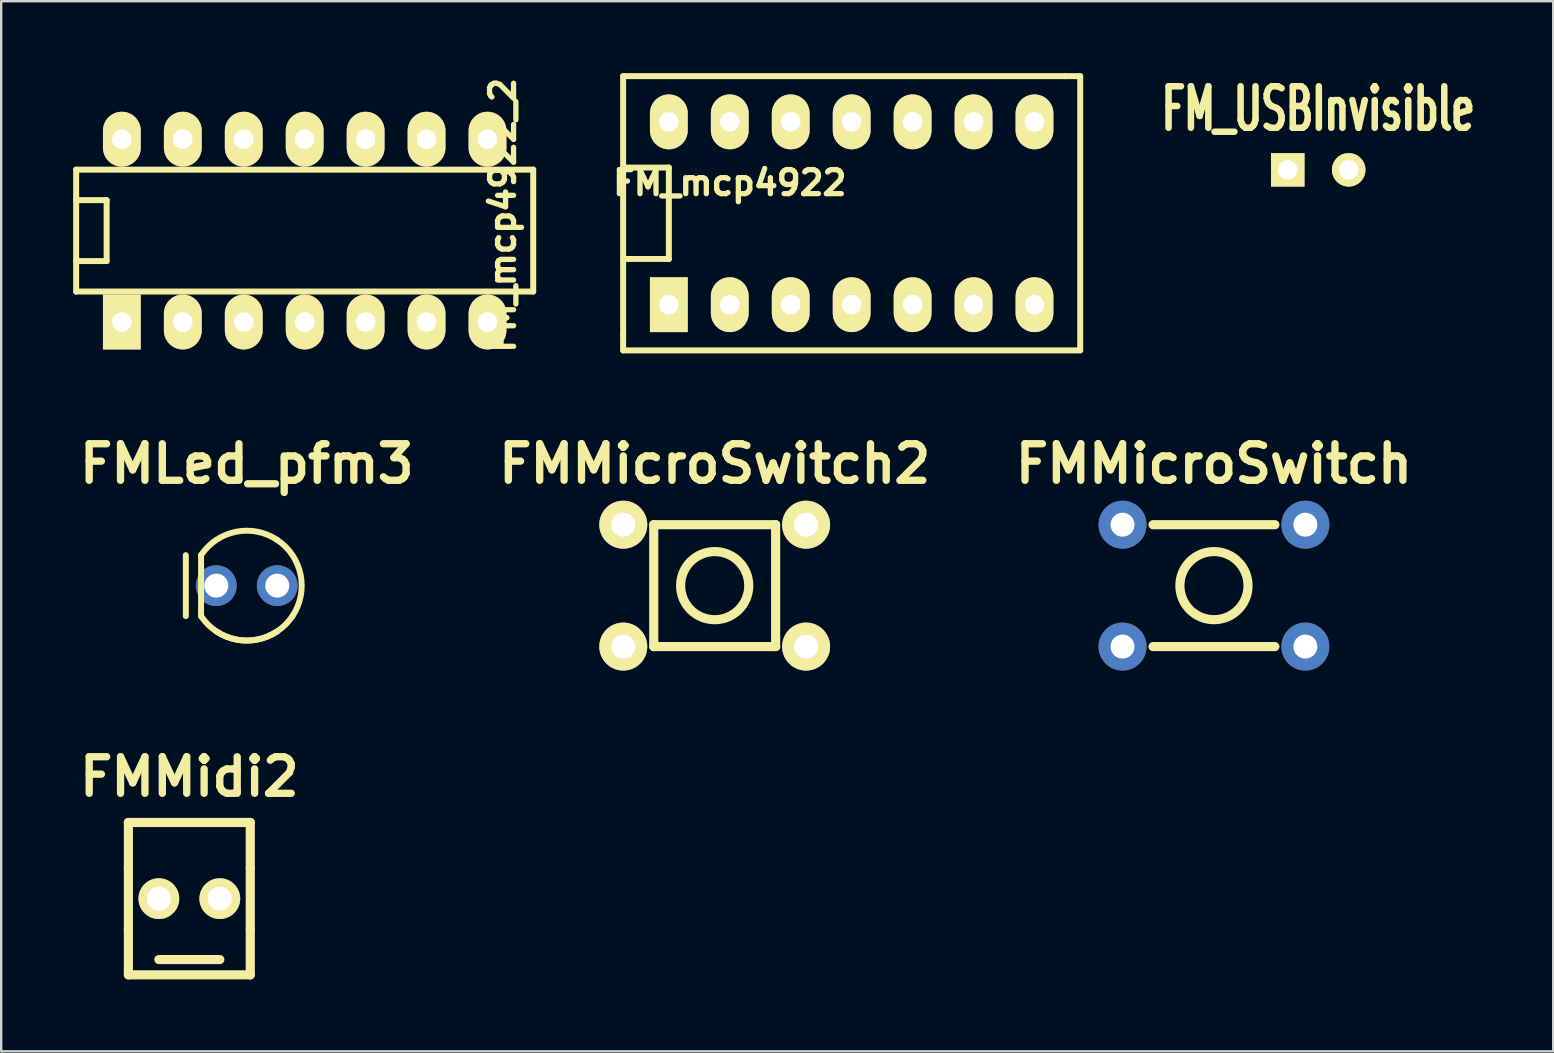
<source format=kicad_pcb>
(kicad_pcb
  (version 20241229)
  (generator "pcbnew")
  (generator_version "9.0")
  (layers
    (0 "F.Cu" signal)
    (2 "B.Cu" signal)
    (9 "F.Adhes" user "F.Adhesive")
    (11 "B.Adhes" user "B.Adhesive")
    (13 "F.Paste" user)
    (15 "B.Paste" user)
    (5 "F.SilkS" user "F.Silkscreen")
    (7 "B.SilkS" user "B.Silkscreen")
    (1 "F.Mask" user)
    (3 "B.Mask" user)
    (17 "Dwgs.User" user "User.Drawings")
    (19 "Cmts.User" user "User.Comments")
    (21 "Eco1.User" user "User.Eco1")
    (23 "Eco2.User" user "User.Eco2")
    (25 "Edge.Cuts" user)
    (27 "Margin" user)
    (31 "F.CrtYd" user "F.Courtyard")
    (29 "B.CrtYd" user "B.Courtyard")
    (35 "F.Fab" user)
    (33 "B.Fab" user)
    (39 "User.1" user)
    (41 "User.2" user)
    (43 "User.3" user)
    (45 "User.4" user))
  (footprint "FM_USBInvisible"
    (layer "F.Cu")
    (at 51.893 4.029)
    (property "Reference" "FM_USBInvisible" (at 0 -2.54 0) (layer "F.SilkS") (effects (font (size 1.73 1.087) (thickness 0.272))))
    (attr through_hole)
    (pad "1" thru_hole rect (at -1.27 0) (size 1.397 1.397) (drill 0.813) (layers "*.Cu" "*.Mask" "F.SilkS"))
    (pad "2" thru_hole circle (at 1.27 0) (size 1.397 1.397) (drill 0.813) (layers "*.Cu" "*.Mask" "F.SilkS")))
  (footprint "FMMicroSwitch"
    (layer "F.Cu")
    (at 47.547 21.359)
    (property "Reference" "FMMicroSwitch" (at 0 -5.08 0) (layer "F.SilkS") (effects (font (size 1.524 1.524) (thickness 0.305))))
    (attr through_hole)
    (fp_line (start -2.54 -2.54) (end 2.54 -2.54) (stroke (width 0.381) (type solid)) (layer "F.SilkS"))
    (fp_line (start 2.54 2.54) (end -2.54 2.54) (stroke (width 0.381) (type solid)) (layer "F.SilkS"))
    (fp_circle (center 0 0) (end 1.27 0.635) (stroke (width 0.381) (type solid)) (fill no) (layer "F.SilkS"))
    (pad "1" thru_hole circle (at -3.81 -2.54) (size 1.999 1.999) (drill 1.001) (layers "*.Cu" "*.Mask"))
    (pad "1" thru_hole circle (at 3.81 -2.54) (size 1.999 1.999) (drill 1.001) (layers "*.Cu" "*.Mask"))
    (pad "2" thru_hole circle (at -3.81 2.54) (size 1.999 1.999) (drill 1.001) (layers "*.Cu" "*.Mask"))
    (pad "2" thru_hole circle (at 3.81 2.54) (size 1.999 1.999) (drill 1.001) (layers "*.Cu" "B.Mask")))
  (footprint "FMMidi2"
    (layer "F.Cu")
    (at 4.841 31.865)
    (property "Reference" "FMMidi2" (at 0 -2.54 0) (layer "F.SilkS") (effects (font (size 1.524 1.524) (thickness 0.305))))
    (attr through_hole)
    (fp_line (start -2.54 -0.635) (end 2.54 -0.635) (stroke (width 0.381) (type solid)) (layer "F.SilkS"))
    (fp_line (start -2.54 1.27) (end -2.54 -0.635) (stroke (width 0.381) (type solid)) (layer "F.SilkS"))
    (fp_line (start -2.54 3.81) (end -2.54 1.27) (stroke (width 0.381) (type solid)) (layer "F.SilkS"))
    (fp_line (start -2.54 3.81) (end -2.54 5.715) (stroke (width 0.381) (type solid)) (layer "F.SilkS"))
    (fp_line (start -2.54 5.715) (end 2.54 5.715) (stroke (width 0.381) (type solid)) (layer "F.SilkS"))
    (fp_line (start -1.27 5.08) (end 1.27 5.08) (stroke (width 0.381) (type solid)) (layer "F.SilkS"))
    (fp_line (start 2.54 -0.635) (end 2.54 1.27) (stroke (width 0.381) (type solid)) (layer "F.SilkS"))
    (fp_line (start 2.54 3.81) (end 2.54 1.27) (stroke (width 0.381) (type solid)) (layer "F.SilkS"))
    (fp_line (start 2.54 5.715) (end 2.54 3.81) (stroke (width 0.381) (type solid)) (layer "F.SilkS"))
    (pad "1" thru_hole circle (at -1.27 2.54) (size 1.699 1.699) (drill 1.001) (layers "*.Cu" "*.Mask" "F.SilkS"))
    (pad "2" thru_hole circle (at 1.27 2.54) (size 1.699 1.699) (drill 1.001) (layers "*.Cu" "*.Mask" "F.SilkS")))
  (footprint "FMLed_pfm3"
    (layer "F.Cu")
    (at 7.235 21.359)
    (property "Reference" "FMLed_pfm3" (at 0 -5.08 0) (layer "F.SilkS") (effects (font (size 1.524 1.524) (thickness 0.305))))
    (attr through_hole)
    (fp_line (start -2.54 1.27) (end -2.54 -1.27) (stroke (width 0.249) (type solid)) (layer "F.SilkS"))
    (fp_line (start -1.905 1.27) (end -1.905 -1.27) (stroke (width 0.249) (type solid)) (layer "F.SilkS"))
    (fp_arc (start -1.905 -1.27) (mid -0.449013 -2.245064) (end 1.27 -1.905) (stroke (width 0.24892) (type solid)) (layer "F.SilkS"))
    (fp_arc (start 1.27 -1.905) (mid 2.245064 -0.449013) (end 1.905 1.27) (stroke (width 0.24892) (type solid)) (layer "F.SilkS"))
    (fp_arc (start 1.27 1.905) (mid -0.449013 2.245064) (end -1.905 1.27) (stroke (width 0.24892) (type solid)) (layer "F.SilkS"))
    (fp_arc (start 1.905 1.27) (mid 0.449013 2.245064) (end -1.27 1.905) (stroke (width 0.24892) (type solid)) (layer "F.SilkS"))
    (pad "1" thru_hole circle (at -1.27 0) (size 1.699 1.699) (drill 1.001) (layers "*.Cu" "*.Mask"))
    (pad "2" thru_hole circle (at 1.27 0) (size 1.699 1.699) (drill 1.001) (layers "*.Cu" "*.Mask")))
  (footprint "FMMicroSwitch2"
    (layer "F.Cu")
    (at 26.738 21.359)
    (property "Reference" "FMMicroSwitch2" (at 0 -5.08 0) (layer "F.SilkS") (effects (font (size 1.524 1.524) (thickness 0.305))))
    (attr through_hole)
    (fp_line (start -2.54 -2.54) (end 2.54 -2.54) (stroke (width 0.381) (type solid)) (layer "F.SilkS"))
    (fp_line (start -2.54 2.54) (end -2.54 -2.54) (stroke (width 0.381) (type solid)) (layer "F.SilkS"))
    (fp_line (start 2.54 -2.54) (end 2.54 2.54) (stroke (width 0.381) (type solid)) (layer "F.SilkS"))
    (fp_line (start 2.54 2.54) (end -2.54 2.54) (stroke (width 0.381) (type solid)) (layer "F.SilkS"))
    (fp_circle (center 0 0) (end 1.27 0.635) (stroke (width 0.381) (type solid)) (fill no) (layer "F.SilkS"))
    (pad "" thru_hole circle (at 3.81 -2.54) (size 1.999 1.999) (drill 1.001) (layers "*.Cu" "*.Mask" "F.SilkS"))
    (pad "" thru_hole circle (at 3.81 2.54) (size 1.999 1.999) (drill 1.001) (layers "*.Cu" "*.Mask" "F.SilkS"))
    (pad "1" thru_hole circle (at -3.81 -2.54) (size 1.999 1.999) (drill 1.001) (layers "*.Cu" "*.Mask" "F.SilkS"))
    (pad "2" thru_hole circle (at -3.81 2.54) (size 1.999 1.999) (drill 1.001) (layers "*.Cu" "*.Mask" "F.SilkS")))
  (footprint "FM_mcp4922_2"
    (layer "F.Cu")
    (at 9.649 6.561)
    (property "Reference" "FM_mcp4922_2" (at 8.255 -0.635 90) (layer "F.SilkS") (effects (font (size 1.001 1.001) (thickness 0.221))))
    (attr through_hole)
    (fp_line (start -9.525 -2.54) (end -9.525 2.54) (stroke (width 0.249) (type solid)) (layer "F.SilkS"))
    (fp_line (start -9.525 -2.54) (end 9.525 -2.54) (stroke (width 0.249) (type solid)) (layer "F.SilkS"))
    (fp_line (start -9.525 -1.27) (end -8.255 -1.27) (stroke (width 0.249) (type solid)) (layer "F.SilkS"))
    (fp_line (start -8.255 -1.27) (end -8.255 1.27) (stroke (width 0.249) (type solid)) (layer "F.SilkS"))
    (fp_line (start -8.255 1.27) (end -9.525 1.27) (stroke (width 0.249) (type solid)) (layer "F.SilkS"))
    (fp_line (start 9.525 -2.54) (end 9.525 2.54) (stroke (width 0.249) (type solid)) (layer "F.SilkS"))
    (fp_line (start 9.525 2.54) (end -9.525 2.54) (stroke (width 0.249) (type solid)) (layer "F.SilkS"))
    (pad "1" thru_hole rect (at -7.62 3.81) (size 1.575 2.286) (drill 0.813) (layers "*.Cu" "*.Mask" "F.SilkS"))
    (pad "2" thru_hole oval (at -5.08 3.81) (size 1.575 2.286) (drill 0.813) (layers "*.Cu" "*.Mask" "F.SilkS"))
    (pad "3" thru_hole oval (at -2.54 3.81) (size 1.575 2.286) (drill 0.813) (layers "*.Cu" "*.Mask" "F.SilkS"))
    (pad "4" thru_hole oval (at 0 3.81) (size 1.575 2.286) (drill 0.813) (layers "*.Cu" "*.Mask" "F.SilkS"))
    (pad "5" thru_hole oval (at 2.54 3.81) (size 1.575 2.286) (drill 0.813) (layers "*.Cu" "*.Mask" "F.SilkS"))
    (pad "6" thru_hole oval (at 5.08 3.81) (size 1.575 2.286) (drill 0.813) (layers "*.Cu" "*.Mask" "F.SilkS"))
    (pad "7" thru_hole oval (at 7.62 3.81) (size 1.575 2.286) (drill 0.813) (layers "*.Cu" "*.Mask" "F.SilkS"))
    (pad "8" thru_hole oval (at 7.62 -3.81) (size 1.575 2.286) (drill 0.813) (layers "*.Cu" "*.Mask" "F.SilkS"))
    (pad "9" thru_hole oval (at 5.08 -3.81) (size 1.575 2.286) (drill 0.813) (layers "*.Cu" "*.Mask" "F.SilkS"))
    (pad "10" thru_hole oval (at 2.54 -3.81) (size 1.575 2.286) (drill 0.813) (layers "*.Cu" "*.Mask" "F.SilkS"))
    (pad "11" thru_hole oval (at 0 -3.81) (size 1.575 2.286) (drill 0.813) (layers "*.Cu" "*.Mask" "F.SilkS"))
    (pad "12" thru_hole oval (at -2.54 -3.81) (size 1.575 2.286) (drill 0.813) (layers "*.Cu" "*.Mask" "F.SilkS"))
    (pad "13" thru_hole oval (at -5.08 -3.81) (size 1.575 2.286) (drill 0.813) (layers "*.Cu" "*.Mask" "F.SilkS"))
    (pad "14" thru_hole oval (at -7.62 -3.81) (size 1.575 2.286) (drill 0.813) (layers "*.Cu" "*.Mask" "F.SilkS")))
  (footprint "FM_mcp4922"
    (layer "F.Cu")
    (at 32.447 5.839)
    (property "Reference" "FM_mcp4922" (at -5.08 -1.27 0) (layer "F.SilkS") (effects (font (size 1.001 1.001) (thickness 0.221))))
    (attr through_hole)
    (fp_line (start -9.525 -5.715) (end 8.89 -5.715) (stroke (width 0.249) (type solid)) (layer "F.SilkS"))
    (fp_line (start -9.525 -1.905) (end -7.62 -1.905) (stroke (width 0.249) (type solid)) (layer "F.SilkS"))
    (fp_line (start -9.525 5.08) (end -9.525 -5.715) (stroke (width 0.249) (type solid)) (layer "F.SilkS"))
    (fp_line (start -9.525 5.715) (end -9.525 5.08) (stroke (width 0.249) (type solid)) (layer "F.SilkS"))
    (fp_line (start -7.62 -1.905) (end -7.62 1.905) (stroke (width 0.249) (type solid)) (layer "F.SilkS"))
    (fp_line (start -7.62 1.905) (end -9.525 1.905) (stroke (width 0.249) (type solid)) (layer "F.SilkS"))
    (fp_line (start 8.89 -5.715) (end 9.525 -5.715) (stroke (width 0.249) (type solid)) (layer "F.SilkS"))
    (fp_line (start 9.525 -5.715) (end 9.525 5.715) (stroke (width 0.249) (type solid)) (layer "F.SilkS"))
    (fp_line (start 9.525 5.715) (end -9.525 5.715) (stroke (width 0.249) (type solid)) (layer "F.SilkS"))
    (pad "1" thru_hole rect (at -7.62 3.81) (size 1.575 2.286) (drill 0.813) (layers "*.Cu" "*.Mask" "F.SilkS"))
    (pad "2" thru_hole oval (at -5.08 3.81) (size 1.575 2.286) (drill 0.813) (layers "*.Cu" "*.Mask" "F.SilkS"))
    (pad "3" thru_hole oval (at -2.54 3.81) (size 1.575 2.286) (drill 0.813) (layers "*.Cu" "*.Mask" "F.SilkS"))
    (pad "4" thru_hole oval (at 0 3.81) (size 1.575 2.286) (drill 0.813) (layers "*.Cu" "*.Mask" "F.SilkS"))
    (pad "5" thru_hole oval (at 2.54 3.81) (size 1.575 2.286) (drill 0.813) (layers "*.Cu" "*.Mask" "F.SilkS"))
    (pad "6" thru_hole oval (at 5.08 3.81) (size 1.575 2.286) (drill 0.813) (layers "*.Cu" "*.Mask" "F.SilkS"))
    (pad "7" thru_hole oval (at 7.62 3.81) (size 1.575 2.286) (drill 0.813) (layers "*.Cu" "*.Mask" "F.SilkS"))
    (pad "8" thru_hole oval (at 7.62 -3.81) (size 1.575 2.286) (drill 0.813) (layers "*.Cu" "*.Mask" "F.SilkS"))
    (pad "9" thru_hole oval (at 5.08 -3.81) (size 1.575 2.286) (drill 0.813) (layers "*.Cu" "*.Mask" "F.SilkS"))
    (pad "10" thru_hole oval (at 2.54 -3.81) (size 1.575 2.286) (drill 0.813) (layers "*.Cu" "*.Mask" "F.SilkS"))
    (pad "11" thru_hole oval (at 0 -3.81) (size 1.575 2.286) (drill 0.813) (layers "*.Cu" "*.Mask" "F.SilkS"))
    (pad "12" thru_hole oval (at -2.54 -3.81) (size 1.575 2.286) (drill 0.813) (layers "*.Cu" "*.Mask" "F.SilkS"))
    (pad "13" thru_hole oval (at -5.08 -3.81) (size 1.575 2.286) (drill 0.813) (layers "*.Cu" "*.Mask" "F.SilkS"))
    (pad "14" thru_hole oval (at -7.62 -3.81) (size 1.575 2.286) (drill 0.813) (layers "*.Cu" "*.Mask" "F.SilkS")))
  (gr_rect
    (start -3 -3)
    (end 61.688 40.77)
    (stroke (width 0.1) (type default))
    (fill no)
    (layer "Edge.Cuts")))
</source>
